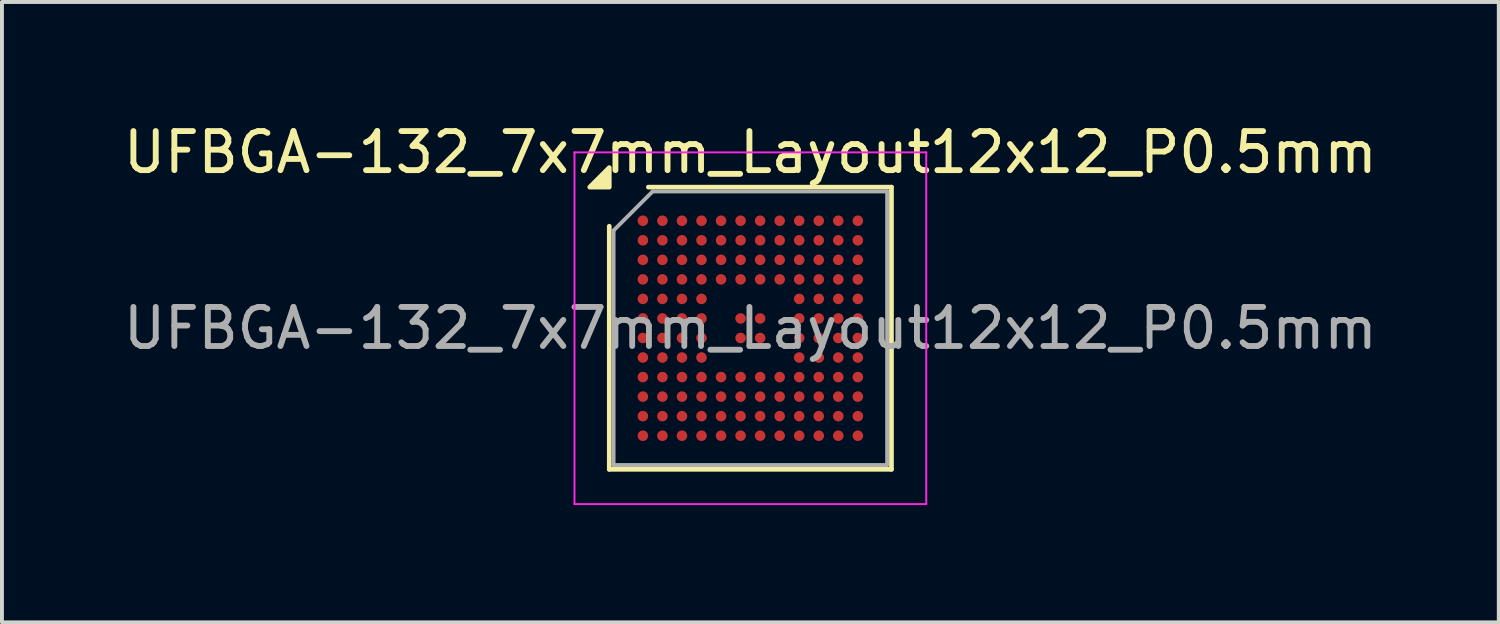
<source format=kicad_pcb>
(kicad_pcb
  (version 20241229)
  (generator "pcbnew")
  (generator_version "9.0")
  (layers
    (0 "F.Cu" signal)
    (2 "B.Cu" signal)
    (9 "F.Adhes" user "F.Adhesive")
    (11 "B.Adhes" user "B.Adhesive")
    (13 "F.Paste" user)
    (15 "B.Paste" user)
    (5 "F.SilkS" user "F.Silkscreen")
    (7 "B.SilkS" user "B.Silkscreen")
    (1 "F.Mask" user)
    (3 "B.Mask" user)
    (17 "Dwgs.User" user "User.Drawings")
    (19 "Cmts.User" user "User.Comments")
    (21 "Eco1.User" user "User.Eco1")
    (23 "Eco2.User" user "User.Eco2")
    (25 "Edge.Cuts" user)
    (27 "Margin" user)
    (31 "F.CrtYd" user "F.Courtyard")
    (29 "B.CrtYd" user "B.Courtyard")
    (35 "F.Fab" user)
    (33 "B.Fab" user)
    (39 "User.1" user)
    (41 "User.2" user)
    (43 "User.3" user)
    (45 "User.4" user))
  (footprint "UFBGA-132_7x7mm_Layout12x12_P0.5mm"
    (layer "F.Cu")
    (at 16.149 5.348)
    (property "Reference" "UFBGA-132_7x7mm_Layout12x12_P0.5mm" (at 0 -4.5 0) (layer "F.SilkS") (effects (font (size 1 1) (thickness 0.15))))
    (attr smd)
    (fp_line (start -3.61 3.61) (end -3.61 -2.61) (stroke (width 0.12) (type solid)) (layer "F.SilkS"))
    (fp_line (start -2.61 -3.61) (end 3.61 -3.61) (stroke (width 0.12) (type solid)) (layer "F.SilkS"))
    (fp_line (start 3.61 -3.61) (end 3.61 3.61) (stroke (width 0.12) (type solid)) (layer "F.SilkS"))
    (fp_line (start 3.61 3.61) (end -3.61 3.61) (stroke (width 0.12) (type solid)) (layer "F.SilkS"))
    (fp_poly (pts (xy -3.61 -3.61) (xy -4.11 -3.61) (xy -3.61 -4.11) (xy -3.61 -3.61)) (stroke (width 0.12) (type solid)) (fill yes) (layer "F.SilkS"))
    (fp_line (start -4.5 -4.5) (end -4.5 4.5) (stroke (width 0.05) (type solid)) (layer "F.CrtYd"))
    (fp_line (start -4.5 4.5) (end 4.5 4.5) (stroke (width 0.05) (type solid)) (layer "F.CrtYd"))
    (fp_line (start 4.5 -4.5) (end -4.5 -4.5) (stroke (width 0.05) (type solid)) (layer "F.CrtYd"))
    (fp_line (start 4.5 4.5) (end 4.5 -4.5) (stroke (width 0.05) (type solid)) (layer "F.CrtYd"))
    (fp_line (start -3.5 -2.5) (end -2.5 -3.5) (stroke (width 0.1) (type solid)) (layer "F.Fab"))
    (fp_line (start -3.5 3.5) (end -3.5 -2.5) (stroke (width 0.1) (type solid)) (layer "F.Fab"))
    (fp_line (start -2.5 -3.5) (end 3.5 -3.5) (stroke (width 0.1) (type solid)) (layer "F.Fab"))
    (fp_line (start 3.5 -3.5) (end 3.5 3.5) (stroke (width 0.1) (type solid)) (layer "F.Fab"))
    (fp_line (start 3.5 3.5) (end -3.5 3.5) (stroke (width 0.1) (type solid)) (layer "F.Fab"))
    (fp_text user "${REFERENCE}" (at 0 0 0) (layer "F.Fab") (effects (font (size 1 1) (thickness 0.15))))
    (pad "A1" smd circle (at -2.75 -2.75) (size 0.27 0.27) (property pad_prop_bga) (layers "F.Cu" "F.Mask" "F.Paste"))
    (pad "A2" smd circle (at -2.25 -2.75) (size 0.27 0.27) (property pad_prop_bga) (layers "F.Cu" "F.Mask" "F.Paste"))
    (pad "A3" smd circle (at -1.75 -2.75) (size 0.27 0.27) (property pad_prop_bga) (layers "F.Cu" "F.Mask" "F.Paste"))
    (pad "A4" smd circle (at -1.25 -2.75) (size 0.27 0.27) (property pad_prop_bga) (layers "F.Cu" "F.Mask" "F.Paste"))
    (pad "A5" smd circle (at -0.75 -2.75) (size 0.27 0.27) (property pad_prop_bga) (layers "F.Cu" "F.Mask" "F.Paste"))
    (pad "A6" smd circle (at -0.25 -2.75) (size 0.27 0.27) (property pad_prop_bga) (layers "F.Cu" "F.Mask" "F.Paste"))
    (pad "A7" smd circle (at 0.25 -2.75) (size 0.27 0.27) (property pad_prop_bga) (layers "F.Cu" "F.Mask" "F.Paste"))
    (pad "A8" smd circle (at 0.75 -2.75) (size 0.27 0.27) (property pad_prop_bga) (layers "F.Cu" "F.Mask" "F.Paste"))
    (pad "A9" smd circle (at 1.25 -2.75) (size 0.27 0.27) (property pad_prop_bga) (layers "F.Cu" "F.Mask" "F.Paste"))
    (pad "A10" smd circle (at 1.75 -2.75) (size 0.27 0.27) (property pad_prop_bga) (layers "F.Cu" "F.Mask" "F.Paste"))
    (pad "A11" smd circle (at 2.25 -2.75) (size 0.27 0.27) (property pad_prop_bga) (layers "F.Cu" "F.Mask" "F.Paste"))
    (pad "A12" smd circle (at 2.75 -2.75) (size 0.27 0.27) (property pad_prop_bga) (layers "F.Cu" "F.Mask" "F.Paste"))
    (pad "B1" smd circle (at -2.75 -2.25) (size 0.27 0.27) (property pad_prop_bga) (layers "F.Cu" "F.Mask" "F.Paste"))
    (pad "B2" smd circle (at -2.25 -2.25) (size 0.27 0.27) (property pad_prop_bga) (layers "F.Cu" "F.Mask" "F.Paste"))
    (pad "B3" smd circle (at -1.75 -2.25) (size 0.27 0.27) (property pad_prop_bga) (layers "F.Cu" "F.Mask" "F.Paste"))
    (pad "B4" smd circle (at -1.25 -2.25) (size 0.27 0.27) (property pad_prop_bga) (layers "F.Cu" "F.Mask" "F.Paste"))
    (pad "B5" smd circle (at -0.75 -2.25) (size 0.27 0.27) (property pad_prop_bga) (layers "F.Cu" "F.Mask" "F.Paste"))
    (pad "B6" smd circle (at -0.25 -2.25) (size 0.27 0.27) (property pad_prop_bga) (layers "F.Cu" "F.Mask" "F.Paste"))
    (pad "B7" smd circle (at 0.25 -2.25) (size 0.27 0.27) (property pad_prop_bga) (layers "F.Cu" "F.Mask" "F.Paste"))
    (pad "B8" smd circle (at 0.75 -2.25) (size 0.27 0.27) (property pad_prop_bga) (layers "F.Cu" "F.Mask" "F.Paste"))
    (pad "B9" smd circle (at 1.25 -2.25) (size 0.27 0.27) (property pad_prop_bga) (layers "F.Cu" "F.Mask" "F.Paste"))
    (pad "B10" smd circle (at 1.75 -2.25) (size 0.27 0.27) (property pad_prop_bga) (layers "F.Cu" "F.Mask" "F.Paste"))
    (pad "B11" smd circle (at 2.25 -2.25) (size 0.27 0.27) (property pad_prop_bga) (layers "F.Cu" "F.Mask" "F.Paste"))
    (pad "B12" smd circle (at 2.75 -2.25) (size 0.27 0.27) (property pad_prop_bga) (layers "F.Cu" "F.Mask" "F.Paste"))
    (pad "C1" smd circle (at -2.75 -1.75) (size 0.27 0.27) (property pad_prop_bga) (layers "F.Cu" "F.Mask" "F.Paste"))
    (pad "C2" smd circle (at -2.25 -1.75) (size 0.27 0.27) (property pad_prop_bga) (layers "F.Cu" "F.Mask" "F.Paste"))
    (pad "C3" smd circle (at -1.75 -1.75) (size 0.27 0.27) (property pad_prop_bga) (layers "F.Cu" "F.Mask" "F.Paste"))
    (pad "C4" smd circle (at -1.25 -1.75) (size 0.27 0.27) (property pad_prop_bga) (layers "F.Cu" "F.Mask" "F.Paste"))
    (pad "C5" smd circle (at -0.75 -1.75) (size 0.27 0.27) (property pad_prop_bga) (layers "F.Cu" "F.Mask" "F.Paste"))
    (pad "C6" smd circle (at -0.25 -1.75) (size 0.27 0.27) (property pad_prop_bga) (layers "F.Cu" "F.Mask" "F.Paste"))
    (pad "C7" smd circle (at 0.25 -1.75) (size 0.27 0.27) (property pad_prop_bga) (layers "F.Cu" "F.Mask" "F.Paste"))
    (pad "C8" smd circle (at 0.75 -1.75) (size 0.27 0.27) (property pad_prop_bga) (layers "F.Cu" "F.Mask" "F.Paste"))
    (pad "C9" smd circle (at 1.25 -1.75) (size 0.27 0.27) (property pad_prop_bga) (layers "F.Cu" "F.Mask" "F.Paste"))
    (pad "C10" smd circle (at 1.75 -1.75) (size 0.27 0.27) (property pad_prop_bga) (layers "F.Cu" "F.Mask" "F.Paste"))
    (pad "C11" smd circle (at 2.25 -1.75) (size 0.27 0.27) (property pad_prop_bga) (layers "F.Cu" "F.Mask" "F.Paste"))
    (pad "C12" smd circle (at 2.75 -1.75) (size 0.27 0.27) (property pad_prop_bga) (layers "F.Cu" "F.Mask" "F.Paste"))
    (pad "D1" smd circle (at -2.75 -1.25) (size 0.27 0.27) (property pad_prop_bga) (layers "F.Cu" "F.Mask" "F.Paste"))
    (pad "D2" smd circle (at -2.25 -1.25) (size 0.27 0.27) (property pad_prop_bga) (layers "F.Cu" "F.Mask" "F.Paste"))
    (pad "D3" smd circle (at -1.75 -1.25) (size 0.27 0.27) (property pad_prop_bga) (layers "F.Cu" "F.Mask" "F.Paste"))
    (pad "D4" smd circle (at -1.25 -1.25) (size 0.27 0.27) (property pad_prop_bga) (layers "F.Cu" "F.Mask" "F.Paste"))
    (pad "D5" smd circle (at -0.75 -1.25) (size 0.27 0.27) (property pad_prop_bga) (layers "F.Cu" "F.Mask" "F.Paste"))
    (pad "D6" smd circle (at -0.25 -1.25) (size 0.27 0.27) (property pad_prop_bga) (layers "F.Cu" "F.Mask" "F.Paste"))
    (pad "D7" smd circle (at 0.25 -1.25) (size 0.27 0.27) (property pad_prop_bga) (layers "F.Cu" "F.Mask" "F.Paste"))
    (pad "D8" smd circle (at 0.75 -1.25) (size 0.27 0.27) (property pad_prop_bga) (layers "F.Cu" "F.Mask" "F.Paste"))
    (pad "D9" smd circle (at 1.25 -1.25) (size 0.27 0.27) (property pad_prop_bga) (layers "F.Cu" "F.Mask" "F.Paste"))
    (pad "D10" smd circle (at 1.75 -1.25) (size 0.27 0.27) (property pad_prop_bga) (layers "F.Cu" "F.Mask" "F.Paste"))
    (pad "D11" smd circle (at 2.25 -1.25) (size 0.27 0.27) (property pad_prop_bga) (layers "F.Cu" "F.Mask" "F.Paste"))
    (pad "D12" smd circle (at 2.75 -1.25) (size 0.27 0.27) (property pad_prop_bga) (layers "F.Cu" "F.Mask" "F.Paste"))
    (pad "E1" smd circle (at -2.75 -0.75) (size 0.27 0.27) (property pad_prop_bga) (layers "F.Cu" "F.Mask" "F.Paste"))
    (pad "E2" smd circle (at -2.25 -0.75) (size 0.27 0.27) (property pad_prop_bga) (layers "F.Cu" "F.Mask" "F.Paste"))
    (pad "E3" smd circle (at -1.75 -0.75) (size 0.27 0.27) (property pad_prop_bga) (layers "F.Cu" "F.Mask" "F.Paste"))
    (pad "E4" smd circle (at -1.25 -0.75) (size 0.27 0.27) (property pad_prop_bga) (layers "F.Cu" "F.Mask" "F.Paste"))
    (pad "E9" smd circle (at 1.25 -0.75) (size 0.27 0.27) (property pad_prop_bga) (layers "F.Cu" "F.Mask" "F.Paste"))
    (pad "E10" smd circle (at 1.75 -0.75) (size 0.27 0.27) (property pad_prop_bga) (layers "F.Cu" "F.Mask" "F.Paste"))
    (pad "E11" smd circle (at 2.25 -0.75) (size 0.27 0.27) (property pad_prop_bga) (layers "F.Cu" "F.Mask" "F.Paste"))
    (pad "E12" smd circle (at 2.75 -0.75) (size 0.27 0.27) (property pad_prop_bga) (layers "F.Cu" "F.Mask" "F.Paste"))
    (pad "F1" smd circle (at -2.75 -0.25) (size 0.27 0.27) (property pad_prop_bga) (layers "F.Cu" "F.Mask" "F.Paste"))
    (pad "F2" smd circle (at -2.25 -0.25) (size 0.27 0.27) (property pad_prop_bga) (layers "F.Cu" "F.Mask" "F.Paste"))
    (pad "F3" smd circle (at -1.75 -0.25) (size 0.27 0.27) (property pad_prop_bga) (layers "F.Cu" "F.Mask" "F.Paste"))
    (pad "F4" smd circle (at -1.25 -0.25) (size 0.27 0.27) (property pad_prop_bga) (layers "F.Cu" "F.Mask" "F.Paste"))
    (pad "F6" smd circle (at -0.25 -0.25) (size 0.27 0.27) (property pad_prop_bga) (layers "F.Cu" "F.Mask" "F.Paste"))
    (pad "F7" smd circle (at 0.25 -0.25) (size 0.27 0.27) (property pad_prop_bga) (layers "F.Cu" "F.Mask" "F.Paste"))
    (pad "F9" smd circle (at 1.25 -0.25) (size 0.27 0.27) (property pad_prop_bga) (layers "F.Cu" "F.Mask" "F.Paste"))
    (pad "F10" smd circle (at 1.75 -0.25) (size 0.27 0.27) (property pad_prop_bga) (layers "F.Cu" "F.Mask" "F.Paste"))
    (pad "F11" smd circle (at 2.25 -0.25) (size 0.27 0.27) (property pad_prop_bga) (layers "F.Cu" "F.Mask" "F.Paste"))
    (pad "F12" smd circle (at 2.75 -0.25) (size 0.27 0.27) (property pad_prop_bga) (layers "F.Cu" "F.Mask" "F.Paste"))
    (pad "G1" smd circle (at -2.75 0.25) (size 0.27 0.27) (property pad_prop_bga) (layers "F.Cu" "F.Mask" "F.Paste"))
    (pad "G2" smd circle (at -2.25 0.25) (size 0.27 0.27) (property pad_prop_bga) (layers "F.Cu" "F.Mask" "F.Paste"))
    (pad "G3" smd circle (at -1.75 0.25) (size 0.27 0.27) (property pad_prop_bga) (layers "F.Cu" "F.Mask" "F.Paste"))
    (pad "G4" smd circle (at -1.25 0.25) (size 0.27 0.27) (property pad_prop_bga) (layers "F.Cu" "F.Mask" "F.Paste"))
    (pad "G6" smd circle (at -0.25 0.25) (size 0.27 0.27) (property pad_prop_bga) (layers "F.Cu" "F.Mask" "F.Paste"))
    (pad "G7" smd circle (at 0.25 0.25) (size 0.27 0.27) (property pad_prop_bga) (layers "F.Cu" "F.Mask" "F.Paste"))
    (pad "G9" smd circle (at 1.25 0.25) (size 0.27 0.27) (property pad_prop_bga) (layers "F.Cu" "F.Mask" "F.Paste"))
    (pad "G10" smd circle (at 1.75 0.25) (size 0.27 0.27) (property pad_prop_bga) (layers "F.Cu" "F.Mask" "F.Paste"))
    (pad "G11" smd circle (at 2.25 0.25) (size 0.27 0.27) (property pad_prop_bga) (layers "F.Cu" "F.Mask" "F.Paste"))
    (pad "G12" smd circle (at 2.75 0.25) (size 0.27 0.27) (property pad_prop_bga) (layers "F.Cu" "F.Mask" "F.Paste"))
    (pad "H1" smd circle (at -2.75 0.75) (size 0.27 0.27) (property pad_prop_bga) (layers "F.Cu" "F.Mask" "F.Paste"))
    (pad "H2" smd circle (at -2.25 0.75) (size 0.27 0.27) (property pad_prop_bga) (layers "F.Cu" "F.Mask" "F.Paste"))
    (pad "H3" smd circle (at -1.75 0.75) (size 0.27 0.27) (property pad_prop_bga) (layers "F.Cu" "F.Mask" "F.Paste"))
    (pad "H4" smd circle (at -1.25 0.75) (size 0.27 0.27) (property pad_prop_bga) (layers "F.Cu" "F.Mask" "F.Paste"))
    (pad "H9" smd circle (at 1.25 0.75) (size 0.27 0.27) (property pad_prop_bga) (layers "F.Cu" "F.Mask" "F.Paste"))
    (pad "H10" smd circle (at 1.75 0.75) (size 0.27 0.27) (property pad_prop_bga) (layers "F.Cu" "F.Mask" "F.Paste"))
    (pad "H11" smd circle (at 2.25 0.75) (size 0.27 0.27) (property pad_prop_bga) (layers "F.Cu" "F.Mask" "F.Paste"))
    (pad "H12" smd circle (at 2.75 0.75) (size 0.27 0.27) (property pad_prop_bga) (layers "F.Cu" "F.Mask" "F.Paste"))
    (pad "J1" smd circle (at -2.75 1.25) (size 0.27 0.27) (property pad_prop_bga) (layers "F.Cu" "F.Mask" "F.Paste"))
    (pad "J2" smd circle (at -2.25 1.25) (size 0.27 0.27) (property pad_prop_bga) (layers "F.Cu" "F.Mask" "F.Paste"))
    (pad "J3" smd circle (at -1.75 1.25) (size 0.27 0.27) (property pad_prop_bga) (layers "F.Cu" "F.Mask" "F.Paste"))
    (pad "J4" smd circle (at -1.25 1.25) (size 0.27 0.27) (property pad_prop_bga) (layers "F.Cu" "F.Mask" "F.Paste"))
    (pad "J5" smd circle (at -0.75 1.25) (size 0.27 0.27) (property pad_prop_bga) (layers "F.Cu" "F.Mask" "F.Paste"))
    (pad "J6" smd circle (at -0.25 1.25) (size 0.27 0.27) (property pad_prop_bga) (layers "F.Cu" "F.Mask" "F.Paste"))
    (pad "J7" smd circle (at 0.25 1.25) (size 0.27 0.27) (property pad_prop_bga) (layers "F.Cu" "F.Mask" "F.Paste"))
    (pad "J8" smd circle (at 0.75 1.25) (size 0.27 0.27) (property pad_prop_bga) (layers "F.Cu" "F.Mask" "F.Paste"))
    (pad "J9" smd circle (at 1.25 1.25) (size 0.27 0.27) (property pad_prop_bga) (layers "F.Cu" "F.Mask" "F.Paste"))
    (pad "J10" smd circle (at 1.75 1.25) (size 0.27 0.27) (property pad_prop_bga) (layers "F.Cu" "F.Mask" "F.Paste"))
    (pad "J11" smd circle (at 2.25 1.25) (size 0.27 0.27) (property pad_prop_bga) (layers "F.Cu" "F.Mask" "F.Paste"))
    (pad "J12" smd circle (at 2.75 1.25) (size 0.27 0.27) (property pad_prop_bga) (layers "F.Cu" "F.Mask" "F.Paste"))
    (pad "K1" smd circle (at -2.75 1.75) (size 0.27 0.27) (property pad_prop_bga) (layers "F.Cu" "F.Mask" "F.Paste"))
    (pad "K2" smd circle (at -2.25 1.75) (size 0.27 0.27) (property pad_prop_bga) (layers "F.Cu" "F.Mask" "F.Paste"))
    (pad "K3" smd circle (at -1.75 1.75) (size 0.27 0.27) (property pad_prop_bga) (layers "F.Cu" "F.Mask" "F.Paste"))
    (pad "K4" smd circle (at -1.25 1.75) (size 0.27 0.27) (property pad_prop_bga) (layers "F.Cu" "F.Mask" "F.Paste"))
    (pad "K5" smd circle (at -0.75 1.75) (size 0.27 0.27) (property pad_prop_bga) (layers "F.Cu" "F.Mask" "F.Paste"))
    (pad "K6" smd circle (at -0.25 1.75) (size 0.27 0.27) (property pad_prop_bga) (layers "F.Cu" "F.Mask" "F.Paste"))
    (pad "K7" smd circle (at 0.25 1.75) (size 0.27 0.27) (property pad_prop_bga) (layers "F.Cu" "F.Mask" "F.Paste"))
    (pad "K8" smd circle (at 0.75 1.75) (size 0.27 0.27) (property pad_prop_bga) (layers "F.Cu" "F.Mask" "F.Paste"))
    (pad "K9" smd circle (at 1.25 1.75) (size 0.27 0.27) (property pad_prop_bga) (layers "F.Cu" "F.Mask" "F.Paste"))
    (pad "K10" smd circle (at 1.75 1.75) (size 0.27 0.27) (property pad_prop_bga) (layers "F.Cu" "F.Mask" "F.Paste"))
    (pad "K11" smd circle (at 2.25 1.75) (size 0.27 0.27) (property pad_prop_bga) (layers "F.Cu" "F.Mask" "F.Paste"))
    (pad "K12" smd circle (at 2.75 1.75) (size 0.27 0.27) (property pad_prop_bga) (layers "F.Cu" "F.Mask" "F.Paste"))
    (pad "L1" smd circle (at -2.75 2.25) (size 0.27 0.27) (property pad_prop_bga) (layers "F.Cu" "F.Mask" "F.Paste"))
    (pad "L2" smd circle (at -2.25 2.25) (size 0.27 0.27) (property pad_prop_bga) (layers "F.Cu" "F.Mask" "F.Paste"))
    (pad "L3" smd circle (at -1.75 2.25) (size 0.27 0.27) (property pad_prop_bga) (layers "F.Cu" "F.Mask" "F.Paste"))
    (pad "L4" smd circle (at -1.25 2.25) (size 0.27 0.27) (property pad_prop_bga) (layers "F.Cu" "F.Mask" "F.Paste"))
    (pad "L5" smd circle (at -0.75 2.25) (size 0.27 0.27) (property pad_prop_bga) (layers "F.Cu" "F.Mask" "F.Paste"))
    (pad "L6" smd circle (at -0.25 2.25) (size 0.27 0.27) (property pad_prop_bga) (layers "F.Cu" "F.Mask" "F.Paste"))
    (pad "L7" smd circle (at 0.25 2.25) (size 0.27 0.27) (property pad_prop_bga) (layers "F.Cu" "F.Mask" "F.Paste"))
    (pad "L8" smd circle (at 0.75 2.25) (size 0.27 0.27) (property pad_prop_bga) (layers "F.Cu" "F.Mask" "F.Paste"))
    (pad "L9" smd circle (at 1.25 2.25) (size 0.27 0.27) (property pad_prop_bga) (layers "F.Cu" "F.Mask" "F.Paste"))
    (pad "L10" smd circle (at 1.75 2.25) (size 0.27 0.27) (property pad_prop_bga) (layers "F.Cu" "F.Mask" "F.Paste"))
    (pad "L11" smd circle (at 2.25 2.25) (size 0.27 0.27) (property pad_prop_bga) (layers "F.Cu" "F.Mask" "F.Paste"))
    (pad "L12" smd circle (at 2.75 2.25) (size 0.27 0.27) (property pad_prop_bga) (layers "F.Cu" "F.Mask" "F.Paste"))
    (pad "M1" smd circle (at -2.75 2.75) (size 0.27 0.27) (property pad_prop_bga) (layers "F.Cu" "F.Mask" "F.Paste"))
    (pad "M2" smd circle (at -2.25 2.75) (size 0.27 0.27) (property pad_prop_bga) (layers "F.Cu" "F.Mask" "F.Paste"))
    (pad "M3" smd circle (at -1.75 2.75) (size 0.27 0.27) (property pad_prop_bga) (layers "F.Cu" "F.Mask" "F.Paste"))
    (pad "M4" smd circle (at -1.25 2.75) (size 0.27 0.27) (property pad_prop_bga) (layers "F.Cu" "F.Mask" "F.Paste"))
    (pad "M5" smd circle (at -0.75 2.75) (size 0.27 0.27) (property pad_prop_bga) (layers "F.Cu" "F.Mask" "F.Paste"))
    (pad "M6" smd circle (at -0.25 2.75) (size 0.27 0.27) (property pad_prop_bga) (layers "F.Cu" "F.Mask" "F.Paste"))
    (pad "M7" smd circle (at 0.25 2.75) (size 0.27 0.27) (property pad_prop_bga) (layers "F.Cu" "F.Mask" "F.Paste"))
    (pad "M8" smd circle (at 0.75 2.75) (size 0.27 0.27) (property pad_prop_bga) (layers "F.Cu" "F.Mask" "F.Paste"))
    (pad "M9" smd circle (at 1.25 2.75) (size 0.27 0.27) (property pad_prop_bga) (layers "F.Cu" "F.Mask" "F.Paste"))
    (pad "M10" smd circle (at 1.75 2.75) (size 0.27 0.27) (property pad_prop_bga) (layers "F.Cu" "F.Mask" "F.Paste"))
    (pad "M11" smd circle (at 2.25 2.75) (size 0.27 0.27) (property pad_prop_bga) (layers "F.Cu" "F.Mask" "F.Paste"))
    (pad "M12" smd circle (at 2.75 2.75) (size 0.27 0.27) (property pad_prop_bga) (layers "F.Cu" "F.Mask" "F.Paste")))
  (gr_rect
    (start -3 -3)
    (end 35.298 12.873)
    (stroke (width 0.1) (type default))
    (fill no)
    (layer "Edge.Cuts")))
</source>
